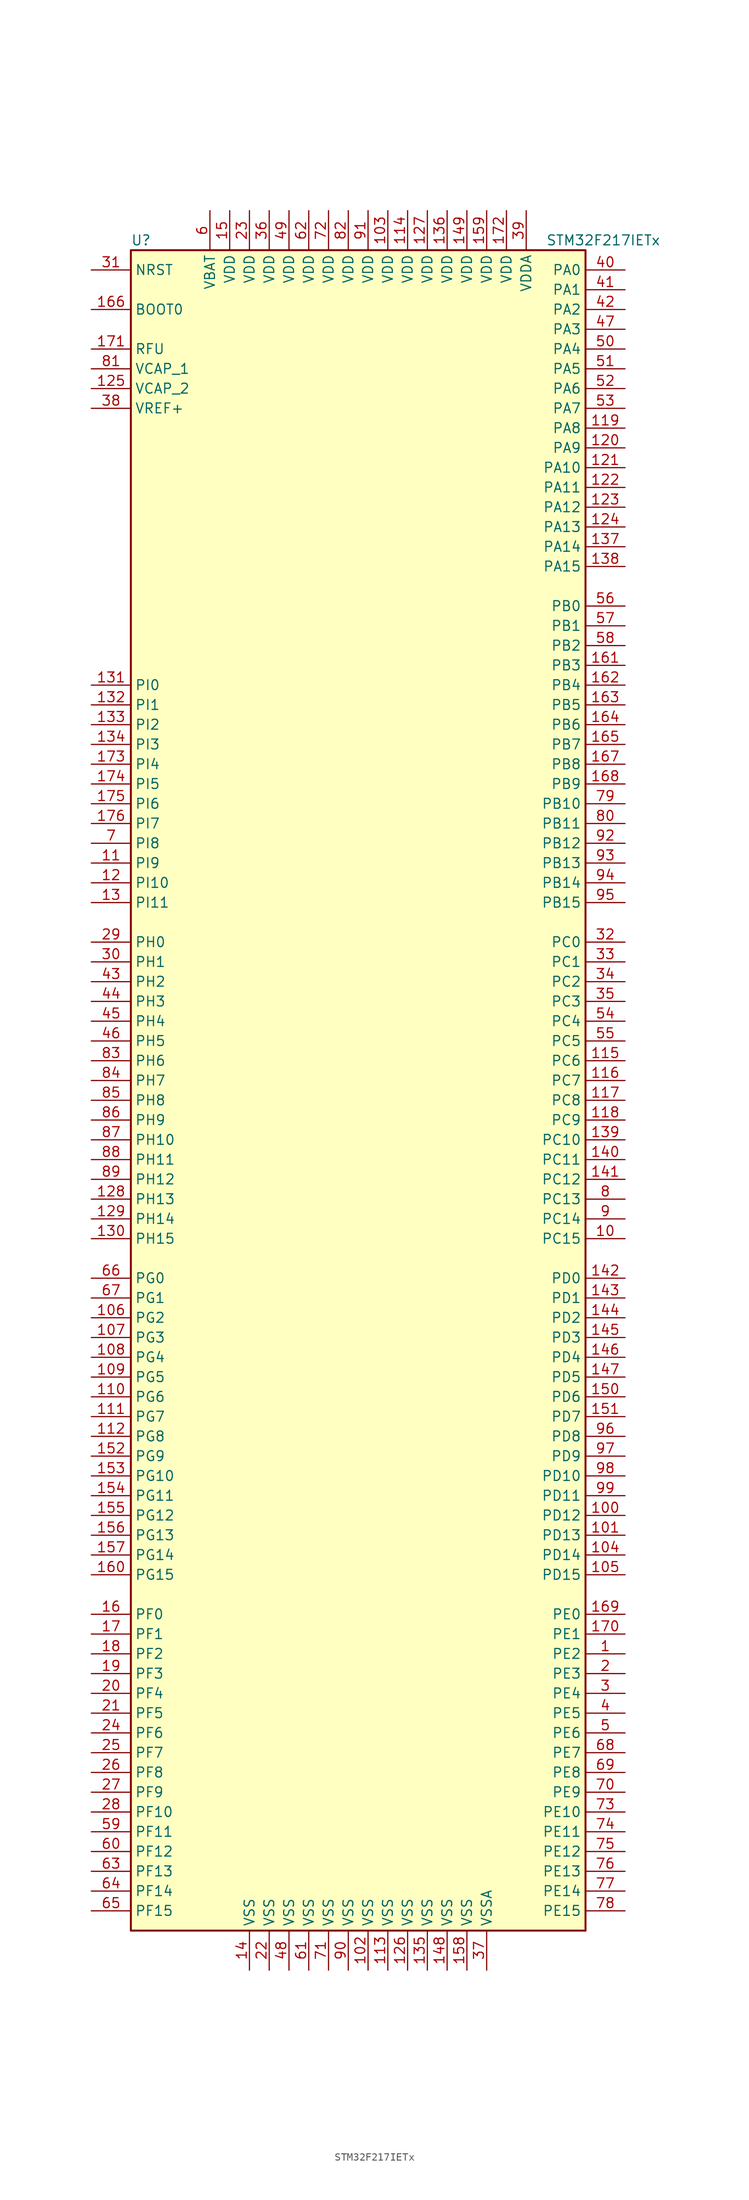
<source format=kicad_sym>
(kicad_symbol_lib
  (version 20201005)
  (generator kicad_symbol_editor)
  (symbol "MCU_ST_STM32F2:STM32F217IETx"
    (property "Reference" "U"
      (at -30.48 107.95 0)
      (effects (font (size 1.27 1.27)) (justify left)))
    (property "Value" "STM32F217IETx"
      (at 22.86 107.95 0)
      (effects (font (size 1.27 1.27)) (justify left)))
    (symbol "STM32F217IETx_0_1"
      (rectangle (start -30.48 -109.22) (end 27.94 106.68) (stroke (width 0.254)) (fill (type background))))
    (symbol "STM32F217IETx_1_1"
      (pin input line (at -35.56 99.06 0) (length 5.08) (name "BOOT0" (effects (font (size 1.27 1.27)))) (number "166" (effects (font (size 1.27 1.27)))))
      (pin input line (at -35.56 104.14 0) (length 5.08) (name "NRST" (effects (font (size 1.27 1.27)))) (number "31" (effects (font (size 1.27 1.27)))))
      (pin bidirectional line (at 33.02 104.14 180) (length 5.08) (name "PA0" (effects (font (size 1.27 1.27)))) (number "40" (effects (font (size 1.27 1.27)))))
      (pin bidirectional line (at 33.02 101.6 180) (length 5.08) (name "PA1" (effects (font (size 1.27 1.27)))) (number "41" (effects (font (size 1.27 1.27)))))
      (pin bidirectional line (at 33.02 78.74 180) (length 5.08) (name "PA10" (effects (font (size 1.27 1.27)))) (number "121" (effects (font (size 1.27 1.27)))))
      (pin bidirectional line (at 33.02 76.2 180) (length 5.08) (name "PA11" (effects (font (size 1.27 1.27)))) (number "122" (effects (font (size 1.27 1.27)))))
      (pin bidirectional line (at 33.02 73.66 180) (length 5.08) (name "PA12" (effects (font (size 1.27 1.27)))) (number "123" (effects (font (size 1.27 1.27)))))
      (pin bidirectional line (at 33.02 71.12 180) (length 5.08) (name "PA13" (effects (font (size 1.27 1.27)))) (number "124" (effects (font (size 1.27 1.27)))))
      (pin bidirectional line (at 33.02 68.58 180) (length 5.08) (name "PA14" (effects (font (size 1.27 1.27)))) (number "137" (effects (font (size 1.27 1.27)))))
      (pin bidirectional line (at 33.02 66.04 180) (length 5.08) (name "PA15" (effects (font (size 1.27 1.27)))) (number "138" (effects (font (size 1.27 1.27)))))
      (pin bidirectional line (at 33.02 99.06 180) (length 5.08) (name "PA2" (effects (font (size 1.27 1.27)))) (number "42" (effects (font (size 1.27 1.27)))))
      (pin bidirectional line (at 33.02 96.52 180) (length 5.08) (name "PA3" (effects (font (size 1.27 1.27)))) (number "47" (effects (font (size 1.27 1.27)))))
      (pin bidirectional line (at 33.02 93.98 180) (length 5.08) (name "PA4" (effects (font (size 1.27 1.27)))) (number "50" (effects (font (size 1.27 1.27)))))
      (pin bidirectional line (at 33.02 91.44 180) (length 5.08) (name "PA5" (effects (font (size 1.27 1.27)))) (number "51" (effects (font (size 1.27 1.27)))))
      (pin bidirectional line (at 33.02 88.9 180) (length 5.08) (name "PA6" (effects (font (size 1.27 1.27)))) (number "52" (effects (font (size 1.27 1.27)))))
      (pin bidirectional line (at 33.02 86.36 180) (length 5.08) (name "PA7" (effects (font (size 1.27 1.27)))) (number "53" (effects (font (size 1.27 1.27)))))
      (pin bidirectional line (at 33.02 83.82 180) (length 5.08) (name "PA8" (effects (font (size 1.27 1.27)))) (number "119" (effects (font (size 1.27 1.27)))))
      (pin bidirectional line (at 33.02 81.28 180) (length 5.08) (name "PA9" (effects (font (size 1.27 1.27)))) (number "120" (effects (font (size 1.27 1.27)))))
      (pin bidirectional line (at 33.02 60.96 180) (length 5.08) (name "PB0" (effects (font (size 1.27 1.27)))) (number "56" (effects (font (size 1.27 1.27)))))
      (pin bidirectional line (at 33.02 58.42 180) (length 5.08) (name "PB1" (effects (font (size 1.27 1.27)))) (number "57" (effects (font (size 1.27 1.27)))))
      (pin bidirectional line (at 33.02 35.56 180) (length 5.08) (name "PB10" (effects (font (size 1.27 1.27)))) (number "79" (effects (font (size 1.27 1.27)))))
      (pin bidirectional line (at 33.02 33.02 180) (length 5.08) (name "PB11" (effects (font (size 1.27 1.27)))) (number "80" (effects (font (size 1.27 1.27)))))
      (pin bidirectional line (at 33.02 30.48 180) (length 5.08) (name "PB12" (effects (font (size 1.27 1.27)))) (number "92" (effects (font (size 1.27 1.27)))))
      (pin bidirectional line (at 33.02 27.94 180) (length 5.08) (name "PB13" (effects (font (size 1.27 1.27)))) (number "93" (effects (font (size 1.27 1.27)))))
      (pin bidirectional line (at 33.02 25.4 180) (length 5.08) (name "PB14" (effects (font (size 1.27 1.27)))) (number "94" (effects (font (size 1.27 1.27)))))
      (pin bidirectional line (at 33.02 22.86 180) (length 5.08) (name "PB15" (effects (font (size 1.27 1.27)))) (number "95" (effects (font (size 1.27 1.27)))))
      (pin bidirectional line (at 33.02 55.88 180) (length 5.08) (name "PB2" (effects (font (size 1.27 1.27)))) (number "58" (effects (font (size 1.27 1.27)))))
      (pin bidirectional line (at 33.02 53.34 180) (length 5.08) (name "PB3" (effects (font (size 1.27 1.27)))) (number "161" (effects (font (size 1.27 1.27)))))
      (pin bidirectional line (at 33.02 50.8 180) (length 5.08) (name "PB4" (effects (font (size 1.27 1.27)))) (number "162" (effects (font (size 1.27 1.27)))))
      (pin bidirectional line (at 33.02 48.26 180) (length 5.08) (name "PB5" (effects (font (size 1.27 1.27)))) (number "163" (effects (font (size 1.27 1.27)))))
      (pin bidirectional line (at 33.02 45.72 180) (length 5.08) (name "PB6" (effects (font (size 1.27 1.27)))) (number "164" (effects (font (size 1.27 1.27)))))
      (pin bidirectional line (at 33.02 43.18 180) (length 5.08) (name "PB7" (effects (font (size 1.27 1.27)))) (number "165" (effects (font (size 1.27 1.27)))))
      (pin bidirectional line (at 33.02 40.64 180) (length 5.08) (name "PB8" (effects (font (size 1.27 1.27)))) (number "167" (effects (font (size 1.27 1.27)))))
      (pin bidirectional line (at 33.02 38.1 180) (length 5.08) (name "PB9" (effects (font (size 1.27 1.27)))) (number "168" (effects (font (size 1.27 1.27)))))
      (pin bidirectional line (at 33.02 17.78 180) (length 5.08) (name "PC0" (effects (font (size 1.27 1.27)))) (number "32" (effects (font (size 1.27 1.27)))))
      (pin bidirectional line (at 33.02 15.24 180) (length 5.08) (name "PC1" (effects (font (size 1.27 1.27)))) (number "33" (effects (font (size 1.27 1.27)))))
      (pin bidirectional line (at 33.02 -7.62 180) (length 5.08) (name "PC10" (effects (font (size 1.27 1.27)))) (number "139" (effects (font (size 1.27 1.27)))))
      (pin bidirectional line (at 33.02 -10.16 180) (length 5.08) (name "PC11" (effects (font (size 1.27 1.27)))) (number "140" (effects (font (size 1.27 1.27)))))
      (pin bidirectional line (at 33.02 -12.7 180) (length 5.08) (name "PC12" (effects (font (size 1.27 1.27)))) (number "141" (effects (font (size 1.27 1.27)))))
      (pin bidirectional line (at 33.02 -15.24 180) (length 5.08) (name "PC13" (effects (font (size 1.27 1.27)))) (number "8" (effects (font (size 1.27 1.27)))))
      (pin bidirectional line (at 33.02 -17.78 180) (length 5.08) (name "PC14" (effects (font (size 1.27 1.27)))) (number "9" (effects (font (size 1.27 1.27)))))
      (pin bidirectional line (at 33.02 -20.32 180) (length 5.08) (name "PC15" (effects (font (size 1.27 1.27)))) (number "10" (effects (font (size 1.27 1.27)))))
      (pin bidirectional line (at 33.02 12.7 180) (length 5.08) (name "PC2" (effects (font (size 1.27 1.27)))) (number "34" (effects (font (size 1.27 1.27)))))
      (pin bidirectional line (at 33.02 10.16 180) (length 5.08) (name "PC3" (effects (font (size 1.27 1.27)))) (number "35" (effects (font (size 1.27 1.27)))))
      (pin bidirectional line (at 33.02 7.62 180) (length 5.08) (name "PC4" (effects (font (size 1.27 1.27)))) (number "54" (effects (font (size 1.27 1.27)))))
      (pin bidirectional line (at 33.02 5.08 180) (length 5.08) (name "PC5" (effects (font (size 1.27 1.27)))) (number "55" (effects (font (size 1.27 1.27)))))
      (pin bidirectional line (at 33.02 2.54 180) (length 5.08) (name "PC6" (effects (font (size 1.27 1.27)))) (number "115" (effects (font (size 1.27 1.27)))))
      (pin bidirectional line (at 33.02 0 180) (length 5.08) (name "PC7" (effects (font (size 1.27 1.27)))) (number "116" (effects (font (size 1.27 1.27)))))
      (pin bidirectional line (at 33.02 -2.54 180) (length 5.08) (name "PC8" (effects (font (size 1.27 1.27)))) (number "117" (effects (font (size 1.27 1.27)))))
      (pin bidirectional line (at 33.02 -5.08 180) (length 5.08) (name "PC9" (effects (font (size 1.27 1.27)))) (number "118" (effects (font (size 1.27 1.27)))))
      (pin bidirectional line (at 33.02 -25.4 180) (length 5.08) (name "PD0" (effects (font (size 1.27 1.27)))) (number "142" (effects (font (size 1.27 1.27)))))
      (pin bidirectional line (at 33.02 -27.94 180) (length 5.08) (name "PD1" (effects (font (size 1.27 1.27)))) (number "143" (effects (font (size 1.27 1.27)))))
      (pin bidirectional line (at 33.02 -50.8 180) (length 5.08) (name "PD10" (effects (font (size 1.27 1.27)))) (number "98" (effects (font (size 1.27 1.27)))))
      (pin bidirectional line (at 33.02 -53.34 180) (length 5.08) (name "PD11" (effects (font (size 1.27 1.27)))) (number "99" (effects (font (size 1.27 1.27)))))
      (pin bidirectional line (at 33.02 -55.88 180) (length 5.08) (name "PD12" (effects (font (size 1.27 1.27)))) (number "100" (effects (font (size 1.27 1.27)))))
      (pin bidirectional line (at 33.02 -58.42 180) (length 5.08) (name "PD13" (effects (font (size 1.27 1.27)))) (number "101" (effects (font (size 1.27 1.27)))))
      (pin bidirectional line (at 33.02 -60.96 180) (length 5.08) (name "PD14" (effects (font (size 1.27 1.27)))) (number "104" (effects (font (size 1.27 1.27)))))
      (pin bidirectional line (at 33.02 -63.5 180) (length 5.08) (name "PD15" (effects (font (size 1.27 1.27)))) (number "105" (effects (font (size 1.27 1.27)))))
      (pin bidirectional line (at 33.02 -30.48 180) (length 5.08) (name "PD2" (effects (font (size 1.27 1.27)))) (number "144" (effects (font (size 1.27 1.27)))))
      (pin bidirectional line (at 33.02 -33.02 180) (length 5.08) (name "PD3" (effects (font (size 1.27 1.27)))) (number "145" (effects (font (size 1.27 1.27)))))
      (pin bidirectional line (at 33.02 -35.56 180) (length 5.08) (name "PD4" (effects (font (size 1.27 1.27)))) (number "146" (effects (font (size 1.27 1.27)))))
      (pin bidirectional line (at 33.02 -38.1 180) (length 5.08) (name "PD5" (effects (font (size 1.27 1.27)))) (number "147" (effects (font (size 1.27 1.27)))))
      (pin bidirectional line (at 33.02 -40.64 180) (length 5.08) (name "PD6" (effects (font (size 1.27 1.27)))) (number "150" (effects (font (size 1.27 1.27)))))
      (pin bidirectional line (at 33.02 -43.18 180) (length 5.08) (name "PD7" (effects (font (size 1.27 1.27)))) (number "151" (effects (font (size 1.27 1.27)))))
      (pin bidirectional line (at 33.02 -45.72 180) (length 5.08) (name "PD8" (effects (font (size 1.27 1.27)))) (number "96" (effects (font (size 1.27 1.27)))))
      (pin bidirectional line (at 33.02 -48.26 180) (length 5.08) (name "PD9" (effects (font (size 1.27 1.27)))) (number "97" (effects (font (size 1.27 1.27)))))
      (pin bidirectional line (at 33.02 -68.58 180) (length 5.08) (name "PE0" (effects (font (size 1.27 1.27)))) (number "169" (effects (font (size 1.27 1.27)))))
      (pin bidirectional line (at 33.02 -71.12 180) (length 5.08) (name "PE1" (effects (font (size 1.27 1.27)))) (number "170" (effects (font (size 1.27 1.27)))))
      (pin bidirectional line (at 33.02 -93.98 180) (length 5.08) (name "PE10" (effects (font (size 1.27 1.27)))) (number "73" (effects (font (size 1.27 1.27)))))
      (pin bidirectional line (at 33.02 -96.52 180) (length 5.08) (name "PE11" (effects (font (size 1.27 1.27)))) (number "74" (effects (font (size 1.27 1.27)))))
      (pin bidirectional line (at 33.02 -99.06 180) (length 5.08) (name "PE12" (effects (font (size 1.27 1.27)))) (number "75" (effects (font (size 1.27 1.27)))))
      (pin bidirectional line (at 33.02 -101.6 180) (length 5.08) (name "PE13" (effects (font (size 1.27 1.27)))) (number "76" (effects (font (size 1.27 1.27)))))
      (pin bidirectional line (at 33.02 -104.14 180) (length 5.08) (name "PE14" (effects (font (size 1.27 1.27)))) (number "77" (effects (font (size 1.27 1.27)))))
      (pin bidirectional line (at 33.02 -106.68 180) (length 5.08) (name "PE15" (effects (font (size 1.27 1.27)))) (number "78" (effects (font (size 1.27 1.27)))))
      (pin bidirectional line (at 33.02 -73.66 180) (length 5.08) (name "PE2" (effects (font (size 1.27 1.27)))) (number "1" (effects (font (size 1.27 1.27)))))
      (pin bidirectional line (at 33.02 -76.2 180) (length 5.08) (name "PE3" (effects (font (size 1.27 1.27)))) (number "2" (effects (font (size 1.27 1.27)))))
      (pin bidirectional line (at 33.02 -78.74 180) (length 5.08) (name "PE4" (effects (font (size 1.27 1.27)))) (number "3" (effects (font (size 1.27 1.27)))))
      (pin bidirectional line (at 33.02 -81.28 180) (length 5.08) (name "PE5" (effects (font (size 1.27 1.27)))) (number "4" (effects (font (size 1.27 1.27)))))
      (pin bidirectional line (at 33.02 -83.82 180) (length 5.08) (name "PE6" (effects (font (size 1.27 1.27)))) (number "5" (effects (font (size 1.27 1.27)))))
      (pin bidirectional line (at 33.02 -86.36 180) (length 5.08) (name "PE7" (effects (font (size 1.27 1.27)))) (number "68" (effects (font (size 1.27 1.27)))))
      (pin bidirectional line (at 33.02 -88.9 180) (length 5.08) (name "PE8" (effects (font (size 1.27 1.27)))) (number "69" (effects (font (size 1.27 1.27)))))
      (pin bidirectional line (at 33.02 -91.44 180) (length 5.08) (name "PE9" (effects (font (size 1.27 1.27)))) (number "70" (effects (font (size 1.27 1.27)))))
      (pin bidirectional line (at -35.56 -68.58 0) (length 5.08) (name "PF0" (effects (font (size 1.27 1.27)))) (number "16" (effects (font (size 1.27 1.27)))))
      (pin bidirectional line (at -35.56 -71.12 0) (length 5.08) (name "PF1" (effects (font (size 1.27 1.27)))) (number "17" (effects (font (size 1.27 1.27)))))
      (pin bidirectional line (at -35.56 -93.98 0) (length 5.08) (name "PF10" (effects (font (size 1.27 1.27)))) (number "28" (effects (font (size 1.27 1.27)))))
      (pin bidirectional line (at -35.56 -96.52 0) (length 5.08) (name "PF11" (effects (font (size 1.27 1.27)))) (number "59" (effects (font (size 1.27 1.27)))))
      (pin bidirectional line (at -35.56 -99.06 0) (length 5.08) (name "PF12" (effects (font (size 1.27 1.27)))) (number "60" (effects (font (size 1.27 1.27)))))
      (pin bidirectional line (at -35.56 -101.6 0) (length 5.08) (name "PF13" (effects (font (size 1.27 1.27)))) (number "63" (effects (font (size 1.27 1.27)))))
      (pin bidirectional line (at -35.56 -104.14 0) (length 5.08) (name "PF14" (effects (font (size 1.27 1.27)))) (number "64" (effects (font (size 1.27 1.27)))))
      (pin bidirectional line (at -35.56 -106.68 0) (length 5.08) (name "PF15" (effects (font (size 1.27 1.27)))) (number "65" (effects (font (size 1.27 1.27)))))
      (pin bidirectional line (at -35.56 -73.66 0) (length 5.08) (name "PF2" (effects (font (size 1.27 1.27)))) (number "18" (effects (font (size 1.27 1.27)))))
      (pin bidirectional line (at -35.56 -76.2 0) (length 5.08) (name "PF3" (effects (font (size 1.27 1.27)))) (number "19" (effects (font (size 1.27 1.27)))))
      (pin bidirectional line (at -35.56 -78.74 0) (length 5.08) (name "PF4" (effects (font (size 1.27 1.27)))) (number "20" (effects (font (size 1.27 1.27)))))
      (pin bidirectional line (at -35.56 -81.28 0) (length 5.08) (name "PF5" (effects (font (size 1.27 1.27)))) (number "21" (effects (font (size 1.27 1.27)))))
      (pin bidirectional line (at -35.56 -83.82 0) (length 5.08) (name "PF6" (effects (font (size 1.27 1.27)))) (number "24" (effects (font (size 1.27 1.27)))))
      (pin bidirectional line (at -35.56 -86.36 0) (length 5.08) (name "PF7" (effects (font (size 1.27 1.27)))) (number "25" (effects (font (size 1.27 1.27)))))
      (pin bidirectional line (at -35.56 -88.9 0) (length 5.08) (name "PF8" (effects (font (size 1.27 1.27)))) (number "26" (effects (font (size 1.27 1.27)))))
      (pin bidirectional line (at -35.56 -91.44 0) (length 5.08) (name "PF9" (effects (font (size 1.27 1.27)))) (number "27" (effects (font (size 1.27 1.27)))))
      (pin bidirectional line (at -35.56 -25.4 0) (length 5.08) (name "PG0" (effects (font (size 1.27 1.27)))) (number "66" (effects (font (size 1.27 1.27)))))
      (pin bidirectional line (at -35.56 -27.94 0) (length 5.08) (name "PG1" (effects (font (size 1.27 1.27)))) (number "67" (effects (font (size 1.27 1.27)))))
      (pin bidirectional line (at -35.56 -50.8 0) (length 5.08) (name "PG10" (effects (font (size 1.27 1.27)))) (number "153" (effects (font (size 1.27 1.27)))))
      (pin bidirectional line (at -35.56 -53.34 0) (length 5.08) (name "PG11" (effects (font (size 1.27 1.27)))) (number "154" (effects (font (size 1.27 1.27)))))
      (pin bidirectional line (at -35.56 -55.88 0) (length 5.08) (name "PG12" (effects (font (size 1.27 1.27)))) (number "155" (effects (font (size 1.27 1.27)))))
      (pin bidirectional line (at -35.56 -58.42 0) (length 5.08) (name "PG13" (effects (font (size 1.27 1.27)))) (number "156" (effects (font (size 1.27 1.27)))))
      (pin bidirectional line (at -35.56 -60.96 0) (length 5.08) (name "PG14" (effects (font (size 1.27 1.27)))) (number "157" (effects (font (size 1.27 1.27)))))
      (pin bidirectional line (at -35.56 -63.5 0) (length 5.08) (name "PG15" (effects (font (size 1.27 1.27)))) (number "160" (effects (font (size 1.27 1.27)))))
      (pin bidirectional line (at -35.56 -30.48 0) (length 5.08) (name "PG2" (effects (font (size 1.27 1.27)))) (number "106" (effects (font (size 1.27 1.27)))))
      (pin bidirectional line (at -35.56 -33.02 0) (length 5.08) (name "PG3" (effects (font (size 1.27 1.27)))) (number "107" (effects (font (size 1.27 1.27)))))
      (pin bidirectional line (at -35.56 -35.56 0) (length 5.08) (name "PG4" (effects (font (size 1.27 1.27)))) (number "108" (effects (font (size 1.27 1.27)))))
      (pin bidirectional line (at -35.56 -38.1 0) (length 5.08) (name "PG5" (effects (font (size 1.27 1.27)))) (number "109" (effects (font (size 1.27 1.27)))))
      (pin bidirectional line (at -35.56 -40.64 0) (length 5.08) (name "PG6" (effects (font (size 1.27 1.27)))) (number "110" (effects (font (size 1.27 1.27)))))
      (pin bidirectional line (at -35.56 -43.18 0) (length 5.08) (name "PG7" (effects (font (size 1.27 1.27)))) (number "111" (effects (font (size 1.27 1.27)))))
      (pin bidirectional line (at -35.56 -45.72 0) (length 5.08) (name "PG8" (effects (font (size 1.27 1.27)))) (number "112" (effects (font (size 1.27 1.27)))))
      (pin bidirectional line (at -35.56 -48.26 0) (length 5.08) (name "PG9" (effects (font (size 1.27 1.27)))) (number "152" (effects (font (size 1.27 1.27)))))
      (pin input line (at -35.56 17.78 0) (length 5.08) (name "PH0" (effects (font (size 1.27 1.27)))) (number "29" (effects (font (size 1.27 1.27)))))
      (pin input line (at -35.56 15.24 0) (length 5.08) (name "PH1" (effects (font (size 1.27 1.27)))) (number "30" (effects (font (size 1.27 1.27)))))
      (pin bidirectional line (at -35.56 -7.62 0) (length 5.08) (name "PH10" (effects (font (size 1.27 1.27)))) (number "87" (effects (font (size 1.27 1.27)))))
      (pin bidirectional line (at -35.56 -10.16 0) (length 5.08) (name "PH11" (effects (font (size 1.27 1.27)))) (number "88" (effects (font (size 1.27 1.27)))))
      (pin bidirectional line (at -35.56 -12.7 0) (length 5.08) (name "PH12" (effects (font (size 1.27 1.27)))) (number "89" (effects (font (size 1.27 1.27)))))
      (pin bidirectional line (at -35.56 -15.24 0) (length 5.08) (name "PH13" (effects (font (size 1.27 1.27)))) (number "128" (effects (font (size 1.27 1.27)))))
      (pin bidirectional line (at -35.56 -17.78 0) (length 5.08) (name "PH14" (effects (font (size 1.27 1.27)))) (number "129" (effects (font (size 1.27 1.27)))))
      (pin bidirectional line (at -35.56 -20.32 0) (length 5.08) (name "PH15" (effects (font (size 1.27 1.27)))) (number "130" (effects (font (size 1.27 1.27)))))
      (pin bidirectional line (at -35.56 12.7 0) (length 5.08) (name "PH2" (effects (font (size 1.27 1.27)))) (number "43" (effects (font (size 1.27 1.27)))))
      (pin bidirectional line (at -35.56 10.16 0) (length 5.08) (name "PH3" (effects (font (size 1.27 1.27)))) (number "44" (effects (font (size 1.27 1.27)))))
      (pin bidirectional line (at -35.56 7.62 0) (length 5.08) (name "PH4" (effects (font (size 1.27 1.27)))) (number "45" (effects (font (size 1.27 1.27)))))
      (pin bidirectional line (at -35.56 5.08 0) (length 5.08) (name "PH5" (effects (font (size 1.27 1.27)))) (number "46" (effects (font (size 1.27 1.27)))))
      (pin bidirectional line (at -35.56 2.54 0) (length 5.08) (name "PH6" (effects (font (size 1.27 1.27)))) (number "83" (effects (font (size 1.27 1.27)))))
      (pin bidirectional line (at -35.56 0 0) (length 5.08) (name "PH7" (effects (font (size 1.27 1.27)))) (number "84" (effects (font (size 1.27 1.27)))))
      (pin bidirectional line (at -35.56 -2.54 0) (length 5.08) (name "PH8" (effects (font (size 1.27 1.27)))) (number "85" (effects (font (size 1.27 1.27)))))
      (pin bidirectional line (at -35.56 -5.08 0) (length 5.08) (name "PH9" (effects (font (size 1.27 1.27)))) (number "86" (effects (font (size 1.27 1.27)))))
      (pin bidirectional line (at -35.56 50.8 0) (length 5.08) (name "PI0" (effects (font (size 1.27 1.27)))) (number "131" (effects (font (size 1.27 1.27)))))
      (pin bidirectional line (at -35.56 48.26 0) (length 5.08) (name "PI1" (effects (font (size 1.27 1.27)))) (number "132" (effects (font (size 1.27 1.27)))))
      (pin bidirectional line (at -35.56 25.4 0) (length 5.08) (name "PI10" (effects (font (size 1.27 1.27)))) (number "12" (effects (font (size 1.27 1.27)))))
      (pin bidirectional line (at -35.56 22.86 0) (length 5.08) (name "PI11" (effects (font (size 1.27 1.27)))) (number "13" (effects (font (size 1.27 1.27)))))
      (pin bidirectional line (at -35.56 45.72 0) (length 5.08) (name "PI2" (effects (font (size 1.27 1.27)))) (number "133" (effects (font (size 1.27 1.27)))))
      (pin bidirectional line (at -35.56 43.18 0) (length 5.08) (name "PI3" (effects (font (size 1.27 1.27)))) (number "134" (effects (font (size 1.27 1.27)))))
      (pin bidirectional line (at -35.56 40.64 0) (length 5.08) (name "PI4" (effects (font (size 1.27 1.27)))) (number "173" (effects (font (size 1.27 1.27)))))
      (pin bidirectional line (at -35.56 38.1 0) (length 5.08) (name "PI5" (effects (font (size 1.27 1.27)))) (number "174" (effects (font (size 1.27 1.27)))))
      (pin bidirectional line (at -35.56 35.56 0) (length 5.08) (name "PI6" (effects (font (size 1.27 1.27)))) (number "175" (effects (font (size 1.27 1.27)))))
      (pin bidirectional line (at -35.56 33.02 0) (length 5.08) (name "PI7" (effects (font (size 1.27 1.27)))) (number "176" (effects (font (size 1.27 1.27)))))
      (pin bidirectional line (at -35.56 30.48 0) (length 5.08) (name "PI8" (effects (font (size 1.27 1.27)))) (number "7" (effects (font (size 1.27 1.27)))))
      (pin bidirectional line (at -35.56 27.94 0) (length 5.08) (name "PI9" (effects (font (size 1.27 1.27)))) (number "11" (effects (font (size 1.27 1.27)))))
      (pin power_in line (at -35.56 93.98 0) (length 5.08) (name "RFU" (effects (font (size 1.27 1.27)))) (number "171" (effects (font (size 1.27 1.27)))))
      (pin power_in line (at -20.32 111.76 270) (length 5.08) (name "VBAT" (effects (font (size 1.27 1.27)))) (number "6" (effects (font (size 1.27 1.27)))))
      (pin power_in line (at -35.56 91.44 0) (length 5.08) (name "VCAP_1" (effects (font (size 1.27 1.27)))) (number "81" (effects (font (size 1.27 1.27)))))
      (pin power_in line (at -35.56 88.9 0) (length 5.08) (name "VCAP_2" (effects (font (size 1.27 1.27)))) (number "125" (effects (font (size 1.27 1.27)))))
      (pin power_in line (at 2.54 111.76 270) (length 5.08) (name "VDD" (effects (font (size 1.27 1.27)))) (number "103" (effects (font (size 1.27 1.27)))))
      (pin power_in line (at 5.08 111.76 270) (length 5.08) (name "VDD" (effects (font (size 1.27 1.27)))) (number "114" (effects (font (size 1.27 1.27)))))
      (pin power_in line (at 7.62 111.76 270) (length 5.08) (name "VDD" (effects (font (size 1.27 1.27)))) (number "127" (effects (font (size 1.27 1.27)))))
      (pin power_in line (at 10.16 111.76 270) (length 5.08) (name "VDD" (effects (font (size 1.27 1.27)))) (number "136" (effects (font (size 1.27 1.27)))))
      (pin power_in line (at 12.7 111.76 270) (length 5.08) (name "VDD" (effects (font (size 1.27 1.27)))) (number "149" (effects (font (size 1.27 1.27)))))
      (pin power_in line (at -17.78 111.76 270) (length 5.08) (name "VDD" (effects (font (size 1.27 1.27)))) (number "15" (effects (font (size 1.27 1.27)))))
      (pin power_in line (at 15.24 111.76 270) (length 5.08) (name "VDD" (effects (font (size 1.27 1.27)))) (number "159" (effects (font (size 1.27 1.27)))))
      (pin power_in line (at 17.78 111.76 270) (length 5.08) (name "VDD" (effects (font (size 1.27 1.27)))) (number "172" (effects (font (size 1.27 1.27)))))
      (pin power_in line (at -15.24 111.76 270) (length 5.08) (name "VDD" (effects (font (size 1.27 1.27)))) (number "23" (effects (font (size 1.27 1.27)))))
      (pin power_in line (at -12.7 111.76 270) (length 5.08) (name "VDD" (effects (font (size 1.27 1.27)))) (number "36" (effects (font (size 1.27 1.27)))))
      (pin power_in line (at -10.16 111.76 270) (length 5.08) (name "VDD" (effects (font (size 1.27 1.27)))) (number "49" (effects (font (size 1.27 1.27)))))
      (pin power_in line (at -7.62 111.76 270) (length 5.08) (name "VDD" (effects (font (size 1.27 1.27)))) (number "62" (effects (font (size 1.27 1.27)))))
      (pin power_in line (at -5.08 111.76 270) (length 5.08) (name "VDD" (effects (font (size 1.27 1.27)))) (number "72" (effects (font (size 1.27 1.27)))))
      (pin power_in line (at -2.54 111.76 270) (length 5.08) (name "VDD" (effects (font (size 1.27 1.27)))) (number "82" (effects (font (size 1.27 1.27)))))
      (pin power_in line (at 0 111.76 270) (length 5.08) (name "VDD" (effects (font (size 1.27 1.27)))) (number "91" (effects (font (size 1.27 1.27)))))
      (pin power_in line (at 20.32 111.76 270) (length 5.08) (name "VDDA" (effects (font (size 1.27 1.27)))) (number "39" (effects (font (size 1.27 1.27)))))
      (pin power_in line (at -35.56 86.36 0) (length 5.08) (name "VREF+" (effects (font (size 1.27 1.27)))) (number "38" (effects (font (size 1.27 1.27)))))
      (pin power_in line (at 0 -114.3 90) (length 5.08) (name "VSS" (effects (font (size 1.27 1.27)))) (number "102" (effects (font (size 1.27 1.27)))))
      (pin power_in line (at 2.54 -114.3 90) (length 5.08) (name "VSS" (effects (font (size 1.27 1.27)))) (number "113" (effects (font (size 1.27 1.27)))))
      (pin power_in line (at 5.08 -114.3 90) (length 5.08) (name "VSS" (effects (font (size 1.27 1.27)))) (number "126" (effects (font (size 1.27 1.27)))))
      (pin power_in line (at 7.62 -114.3 90) (length 5.08) (name "VSS" (effects (font (size 1.27 1.27)))) (number "135" (effects (font (size 1.27 1.27)))))
      (pin power_in line (at -15.24 -114.3 90) (length 5.08) (name "VSS" (effects (font (size 1.27 1.27)))) (number "14" (effects (font (size 1.27 1.27)))))
      (pin power_in line (at 10.16 -114.3 90) (length 5.08) (name "VSS" (effects (font (size 1.27 1.27)))) (number "148" (effects (font (size 1.27 1.27)))))
      (pin power_in line (at 12.7 -114.3 90) (length 5.08) (name "VSS" (effects (font (size 1.27 1.27)))) (number "158" (effects (font (size 1.27 1.27)))))
      (pin power_in line (at -12.7 -114.3 90) (length 5.08) (name "VSS" (effects (font (size 1.27 1.27)))) (number "22" (effects (font (size 1.27 1.27)))))
      (pin power_in line (at -10.16 -114.3 90) (length 5.08) (name "VSS" (effects (font (size 1.27 1.27)))) (number "48" (effects (font (size 1.27 1.27)))))
      (pin power_in line (at -7.62 -114.3 90) (length 5.08) (name "VSS" (effects (font (size 1.27 1.27)))) (number "61" (effects (font (size 1.27 1.27)))))
      (pin power_in line (at -5.08 -114.3 90) (length 5.08) (name "VSS" (effects (font (size 1.27 1.27)))) (number "71" (effects (font (size 1.27 1.27)))))
      (pin power_in line (at -2.54 -114.3 90) (length 5.08) (name "VSS" (effects (font (size 1.27 1.27)))) (number "90" (effects (font (size 1.27 1.27)))))
      (pin power_in line (at 15.24 -114.3 90) (length 5.08) (name "VSSA" (effects (font (size 1.27 1.27)))) (number "37" (effects (font (size 1.27 1.27))))))))
</source>
